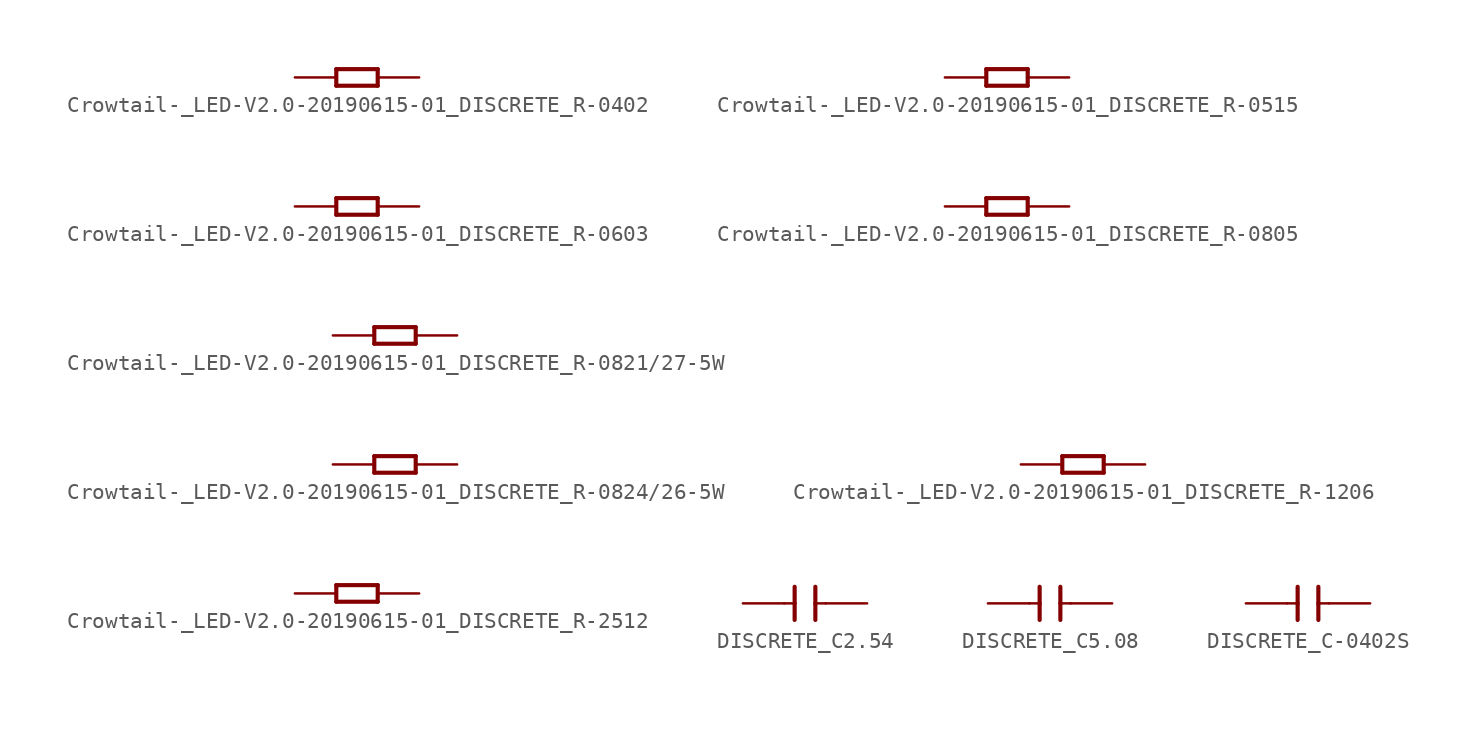
<source format=kicad_sym>
(kicad_symbol_lib
  (version 20231120)
  (generator "kicad_symbol_editor")
  (generator_version "8.0")
  (symbol "Crowtail-_LED-V2.0-20190615-01_DISCRETE_R-0402"
    (property "Reference" "R"
      (at -3.81 0 0)
      (effects (font (size 1.27 1.079)) (justify left bottom) (hide yes)))
    (property "ki_locked" ""
      (at 0 0 0)
      (effects (font (size 1.27 1.27))))
    (symbol "Crowtail-_LED-V2.0-20190615-01_DISCRETE_R-0402_1_0"
      (polyline (pts (xy -1.27 -0.508) (xy -1.27 0.508)) (stroke (width 0.254) (type solid)) (fill (type none)))
      (polyline (pts (xy -1.27 0.508) (xy 1.27 0.508)) (stroke (width 0.254) (type solid)) (fill (type none)))
      (polyline (pts (xy 1.27 -0.508) (xy -1.27 -0.508)) (stroke (width 0.254) (type solid)) (fill (type none)))
      (polyline (pts (xy 1.27 0.508) (xy 1.27 -0.508)) (stroke (width 0.254) (type solid)) (fill (type none)))
      (pin passive line (at -3.81 0 0) (length 2.54) (name "1" (effects (font (size 0 0)))) (number "1" (effects (font (size 0 0)))))
      (pin passive line (at 3.81 0 180) (length 2.54) (name "2" (effects (font (size 0 0)))) (number "2" (effects (font (size 0 0)))))))
  (symbol "Crowtail-_LED-V2.0-20190615-01_DISCRETE_R-0515"
    (property "Reference" "R"
      (at -3.81 0 0)
      (effects (font (size 1.27 1.079)) (justify left bottom) (hide yes)))
    (property "ki_locked" ""
      (at 0 0 0)
      (effects (font (size 1.27 1.27))))
    (symbol "Crowtail-_LED-V2.0-20190615-01_DISCRETE_R-0515_1_0"
      (polyline (pts (xy -1.27 -0.508) (xy -1.27 0.508)) (stroke (width 0.254) (type solid)) (fill (type none)))
      (polyline (pts (xy -1.27 0.508) (xy 1.27 0.508)) (stroke (width 0.254) (type solid)) (fill (type none)))
      (polyline (pts (xy 1.27 -0.508) (xy -1.27 -0.508)) (stroke (width 0.254) (type solid)) (fill (type none)))
      (polyline (pts (xy 1.27 0.508) (xy 1.27 -0.508)) (stroke (width 0.254) (type solid)) (fill (type none)))
      (pin passive line (at -3.81 0 0) (length 2.54) (name "1" (effects (font (size 0 0)))) (number "P$1" (effects (font (size 0 0)))))
      (pin passive line (at 3.81 0 180) (length 2.54) (name "2" (effects (font (size 0 0)))) (number "P$2" (effects (font (size 0 0)))))))
  (symbol "Crowtail-_LED-V2.0-20190615-01_DISCRETE_R-0603"
    (property "Reference" "R"
      (at -3.81 0 0)
      (effects (font (size 1.27 1.079)) (justify left bottom) (hide yes)))
    (property "ki_locked" ""
      (at 0 0 0)
      (effects (font (size 1.27 1.27))))
    (symbol "Crowtail-_LED-V2.0-20190615-01_DISCRETE_R-0603_1_0"
      (polyline (pts (xy -1.27 -0.508) (xy -1.27 0.508)) (stroke (width 0.254) (type solid)) (fill (type none)))
      (polyline (pts (xy -1.27 0.508) (xy 1.27 0.508)) (stroke (width 0.254) (type solid)) (fill (type none)))
      (polyline (pts (xy 1.27 -0.508) (xy -1.27 -0.508)) (stroke (width 0.254) (type solid)) (fill (type none)))
      (polyline (pts (xy 1.27 0.508) (xy 1.27 -0.508)) (stroke (width 0.254) (type solid)) (fill (type none)))
      (pin passive line (at -3.81 0 0) (length 2.54) (name "1" (effects (font (size 0 0)))) (number "1" (effects (font (size 0 0)))))
      (pin passive line (at 3.81 0 180) (length 2.54) (name "2" (effects (font (size 0 0)))) (number "2" (effects (font (size 0 0)))))))
  (symbol "Crowtail-_LED-V2.0-20190615-01_DISCRETE_R-0805"
    (property "Reference" "R"
      (at -3.81 0 0)
      (effects (font (size 1.27 1.079)) (justify left bottom) (hide yes)))
    (property "ki_locked" ""
      (at 0 0 0)
      (effects (font (size 1.27 1.27))))
    (symbol "Crowtail-_LED-V2.0-20190615-01_DISCRETE_R-0805_1_0"
      (polyline (pts (xy -1.27 -0.508) (xy -1.27 0.508)) (stroke (width 0.254) (type solid)) (fill (type none)))
      (polyline (pts (xy -1.27 0.508) (xy 1.27 0.508)) (stroke (width 0.254) (type solid)) (fill (type none)))
      (polyline (pts (xy 1.27 -0.508) (xy -1.27 -0.508)) (stroke (width 0.254) (type solid)) (fill (type none)))
      (polyline (pts (xy 1.27 0.508) (xy 1.27 -0.508)) (stroke (width 0.254) (type solid)) (fill (type none)))
      (pin passive line (at -3.81 0 0) (length 2.54) (name "1" (effects (font (size 0 0)))) (number "1" (effects (font (size 0 0)))))
      (pin passive line (at 3.81 0 180) (length 2.54) (name "2" (effects (font (size 0 0)))) (number "2" (effects (font (size 0 0)))))))
  (symbol "Crowtail-_LED-V2.0-20190615-01_DISCRETE_R-0821/27-5W"
    (property "Reference" "R"
      (at -3.81 0 0)
      (effects (font (size 1.27 1.079)) (justify left bottom) (hide yes)))
    (property "ki_locked" ""
      (at 0 0 0)
      (effects (font (size 1.27 1.27))))
    (symbol "Crowtail-_LED-V2.0-20190615-01_DISCRETE_R-0821/27-5W_1_0"
      (polyline (pts (xy -1.27 -0.508) (xy -1.27 0.508)) (stroke (width 0.254) (type solid)) (fill (type none)))
      (polyline (pts (xy -1.27 0.508) (xy 1.27 0.508)) (stroke (width 0.254) (type solid)) (fill (type none)))
      (polyline (pts (xy 1.27 -0.508) (xy -1.27 -0.508)) (stroke (width 0.254) (type solid)) (fill (type none)))
      (polyline (pts (xy 1.27 0.508) (xy 1.27 -0.508)) (stroke (width 0.254) (type solid)) (fill (type none)))
      (pin passive line (at -3.81 0 0) (length 2.54) (name "1" (effects (font (size 0 0)))) (number "P$1" (effects (font (size 0 0)))))
      (pin passive line (at 3.81 0 180) (length 2.54) (name "2" (effects (font (size 0 0)))) (number "P$2" (effects (font (size 0 0)))))))
  (symbol "Crowtail-_LED-V2.0-20190615-01_DISCRETE_R-0824/26-5W"
    (property "Reference" "R"
      (at -3.81 0 0)
      (effects (font (size 1.27 1.079)) (justify left bottom) (hide yes)))
    (property "ki_locked" ""
      (at 0 0 0)
      (effects (font (size 1.27 1.27))))
    (symbol "Crowtail-_LED-V2.0-20190615-01_DISCRETE_R-0824/26-5W_1_0"
      (polyline (pts (xy -1.27 -0.508) (xy -1.27 0.508)) (stroke (width 0.254) (type solid)) (fill (type none)))
      (polyline (pts (xy -1.27 0.508) (xy 1.27 0.508)) (stroke (width 0.254) (type solid)) (fill (type none)))
      (polyline (pts (xy 1.27 -0.508) (xy -1.27 -0.508)) (stroke (width 0.254) (type solid)) (fill (type none)))
      (polyline (pts (xy 1.27 0.508) (xy 1.27 -0.508)) (stroke (width 0.254) (type solid)) (fill (type none)))
      (pin passive line (at -3.81 0 0) (length 2.54) (name "1" (effects (font (size 0 0)))) (number "1" (effects (font (size 0 0)))))
      (pin passive line (at 3.81 0 180) (length 2.54) (name "2" (effects (font (size 0 0)))) (number "2" (effects (font (size 0 0)))))))
  (symbol "Crowtail-_LED-V2.0-20190615-01_DISCRETE_R-1206"
    (property "Reference" "R"
      (at -3.81 0 0)
      (effects (font (size 1.27 1.079)) (justify left bottom) (hide yes)))
    (property "ki_locked" ""
      (at 0 0 0)
      (effects (font (size 1.27 1.27))))
    (symbol "Crowtail-_LED-V2.0-20190615-01_DISCRETE_R-1206_1_0"
      (polyline (pts (xy -1.27 -0.508) (xy -1.27 0.508)) (stroke (width 0.254) (type solid)) (fill (type none)))
      (polyline (pts (xy -1.27 0.508) (xy 1.27 0.508)) (stroke (width 0.254) (type solid)) (fill (type none)))
      (polyline (pts (xy 1.27 -0.508) (xy -1.27 -0.508)) (stroke (width 0.254) (type solid)) (fill (type none)))
      (polyline (pts (xy 1.27 0.508) (xy 1.27 -0.508)) (stroke (width 0.254) (type solid)) (fill (type none)))
      (pin passive line (at -3.81 0 0) (length 2.54) (name "1" (effects (font (size 0 0)))) (number "1" (effects (font (size 0 0)))))
      (pin passive line (at 3.81 0 180) (length 2.54) (name "2" (effects (font (size 0 0)))) (number "2" (effects (font (size 0 0)))))))
  (symbol "Crowtail-_LED-V2.0-20190615-01_DISCRETE_R-2512"
    (property "Reference" "R"
      (at -3.81 0 0)
      (effects (font (size 1.27 1.079)) (justify left bottom) (hide yes)))
    (property "ki_locked" ""
      (at 0 0 0)
      (effects (font (size 1.27 1.27))))
    (symbol "Crowtail-_LED-V2.0-20190615-01_DISCRETE_R-2512_1_0"
      (polyline (pts (xy -1.27 -0.508) (xy -1.27 0.508)) (stroke (width 0.254) (type solid)) (fill (type none)))
      (polyline (pts (xy -1.27 0.508) (xy 1.27 0.508)) (stroke (width 0.254) (type solid)) (fill (type none)))
      (polyline (pts (xy 1.27 -0.508) (xy -1.27 -0.508)) (stroke (width 0.254) (type solid)) (fill (type none)))
      (polyline (pts (xy 1.27 0.508) (xy 1.27 -0.508)) (stroke (width 0.254) (type solid)) (fill (type none)))
      (pin passive line (at -3.81 0 0) (length 2.54) (name "1" (effects (font (size 0 0)))) (number "1" (effects (font (size 0 0)))))
      (pin passive line (at 3.81 0 180) (length 2.54) (name "2" (effects (font (size 0 0)))) (number "2" (effects (font (size 0 0)))))))
  (symbol "DISCRETE_C2.54"
    (property "Reference" "C"
      (at -3.81 0 0)
      (effects (font (size 1.27 1.079)) (justify left bottom) (hide yes)))
    (property "ki_locked" ""
      (at 0 0 0)
      (effects (font (size 1.27 1.27))))
    (symbol "DISCRETE_C2.54_1_0"
      (polyline (pts (xy -1.27 0) (xy -0.635 0)) (stroke (width 0.152) (type solid)) (fill (type none)))
      (polyline (pts (xy -0.635 -1.016) (xy -0.635 0)) (stroke (width 0.254) (type solid)) (fill (type none)))
      (polyline (pts (xy -0.635 0) (xy -0.635 1.016)) (stroke (width 0.254) (type solid)) (fill (type none)))
      (polyline (pts (xy 0.635 0) (xy 0.635 -1.016)) (stroke (width 0.254) (type solid)) (fill (type none)))
      (polyline (pts (xy 0.635 0) (xy 1.27 0)) (stroke (width 0.152) (type solid)) (fill (type none)))
      (polyline (pts (xy 0.635 1.016) (xy 0.635 0)) (stroke (width 0.254) (type solid)) (fill (type none)))
      (pin passive line (at -3.81 0 0) (length 2.54) (name "1" (effects (font (size 0 0)))) (number "1" (effects (font (size 0 0)))))
      (pin passive line (at 3.81 0 180) (length 2.54) (name "2" (effects (font (size 0 0)))) (number "2" (effects (font (size 0 0)))))))
  (symbol "DISCRETE_C5.08"
    (property "Reference" "C"
      (at -3.81 0 0)
      (effects (font (size 1.27 1.079)) (justify left bottom) (hide yes)))
    (property "ki_locked" ""
      (at 0 0 0)
      (effects (font (size 1.27 1.27))))
    (symbol "DISCRETE_C5.08_1_0"
      (polyline (pts (xy -1.27 0) (xy -0.635 0)) (stroke (width 0.152) (type solid)) (fill (type none)))
      (polyline (pts (xy -0.635 -1.016) (xy -0.635 0)) (stroke (width 0.254) (type solid)) (fill (type none)))
      (polyline (pts (xy -0.635 0) (xy -0.635 1.016)) (stroke (width 0.254) (type solid)) (fill (type none)))
      (polyline (pts (xy 0.635 0) (xy 0.635 -1.016)) (stroke (width 0.254) (type solid)) (fill (type none)))
      (polyline (pts (xy 0.635 0) (xy 1.27 0)) (stroke (width 0.152) (type solid)) (fill (type none)))
      (polyline (pts (xy 0.635 1.016) (xy 0.635 0)) (stroke (width 0.254) (type solid)) (fill (type none)))
      (pin passive line (at -3.81 0 0) (length 2.54) (name "1" (effects (font (size 0 0)))) (number "1" (effects (font (size 0 0)))))
      (pin passive line (at 3.81 0 180) (length 2.54) (name "2" (effects (font (size 0 0)))) (number "2" (effects (font (size 0 0)))))))
  (symbol "DISCRETE_C-0402S"
    (property "Reference" "C"
      (at -3.81 0 0)
      (effects (font (size 1.27 1.079)) (justify left bottom) (hide yes)))
    (property "ki_locked" ""
      (at 0 0 0)
      (effects (font (size 1.27 1.27))))
    (symbol "DISCRETE_C-0402S_1_0"
      (polyline (pts (xy -1.27 0) (xy -0.635 0)) (stroke (width 0.152) (type solid)) (fill (type none)))
      (polyline (pts (xy -0.635 -1.016) (xy -0.635 0)) (stroke (width 0.254) (type solid)) (fill (type none)))
      (polyline (pts (xy -0.635 0) (xy -0.635 1.016)) (stroke (width 0.254) (type solid)) (fill (type none)))
      (polyline (pts (xy 0.635 0) (xy 0.635 -1.016)) (stroke (width 0.254) (type solid)) (fill (type none)))
      (polyline (pts (xy 0.635 0) (xy 1.27 0)) (stroke (width 0.152) (type solid)) (fill (type none)))
      (polyline (pts (xy 0.635 1.016) (xy 0.635 0)) (stroke (width 0.254) (type solid)) (fill (type none)))
      (pin passive line (at -3.81 0 0) (length 2.54) (name "1" (effects (font (size 0 0)))) (number "1" (effects (font (size 0 0)))))
      (pin passive line (at 3.81 0 180) (length 2.54) (name "2" (effects (font (size 0 0)))) (number "2" (effects (font (size 0 0))))))))
</source>
